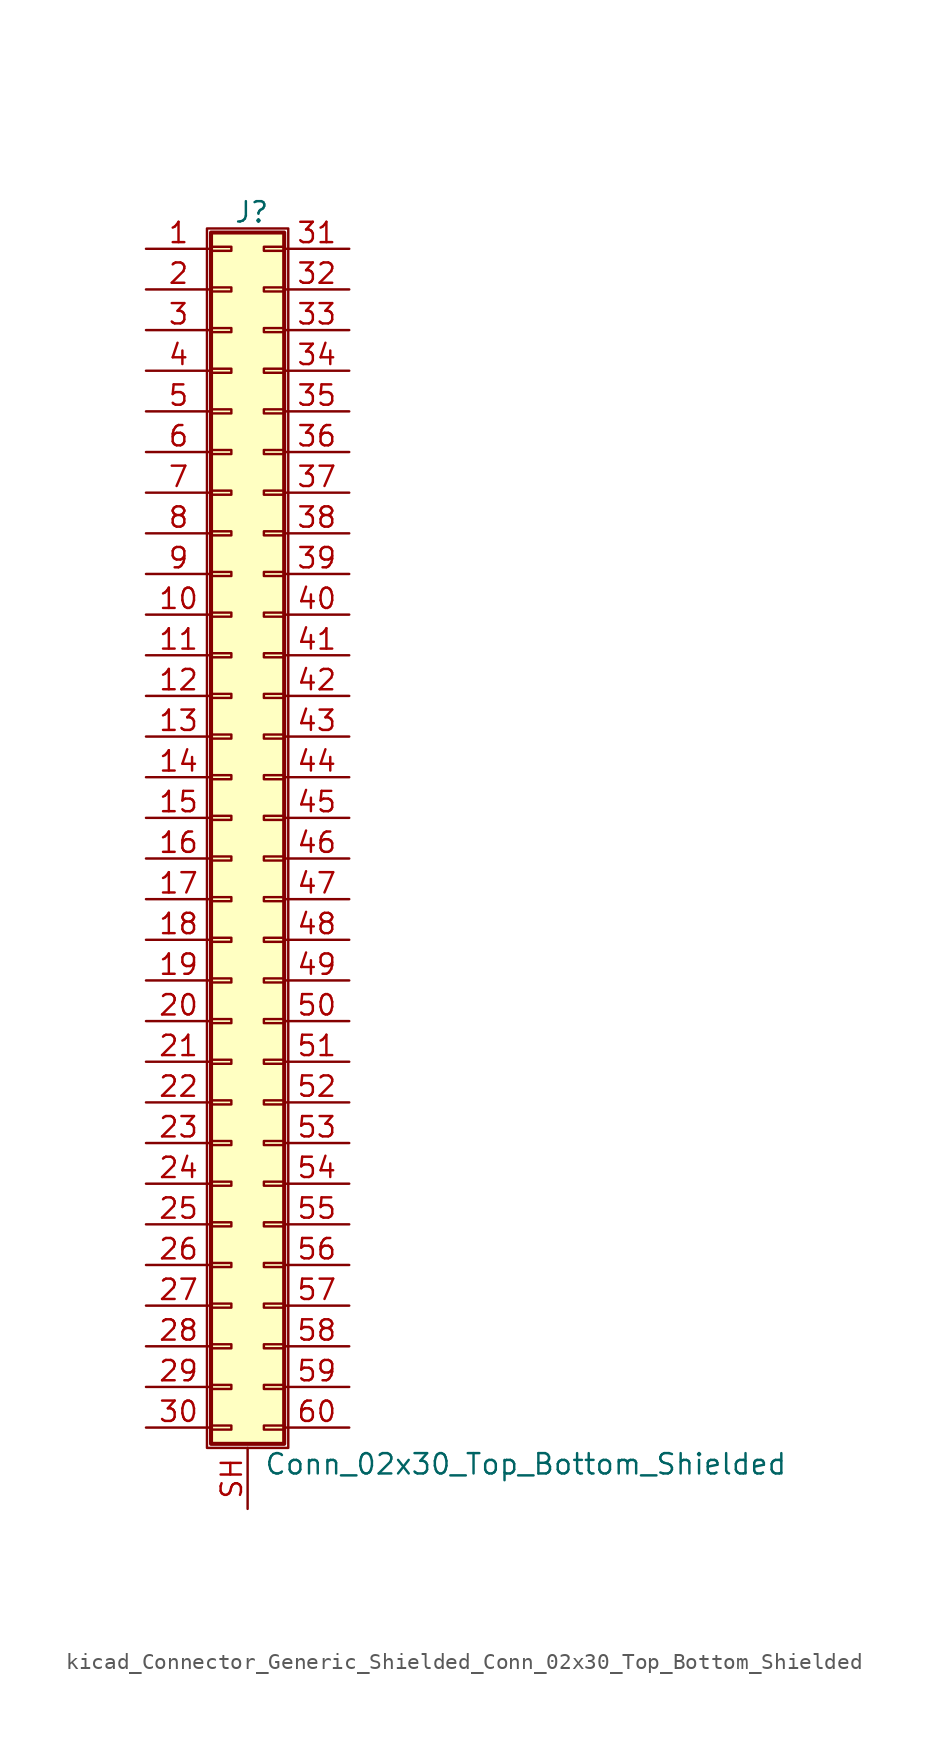
<source format=kicad_sym>
(kicad_symbol_lib
  (version 20220914)
  (generator kicad_symbol_editor)
  (symbol "kicad_Connector_Generic_Shielded_Conn_02x30_Top_Bottom_Shielded"
    (pin_names
      (offset 1.016) hide)
    (property "Reference" "J"
      (at 1.524 37.846 0)
      (effects (font (size 1.27 1.27))))
    (property "Value" "Conn_02x30_Top_Bottom_Shielded"
      (at 2.286 -40.386 0)
      (effects (font (size 1.27 1.27)) (justify left)))
    (symbol "kicad_Connector_Generic_Shielded_Conn_02x30_Top_Bottom_Shielded_1_1"
      (rectangle (start -1.27 36.83) (end 3.81 -39.37) (stroke (width 0.152) (type default)) (fill (type none)))
      (rectangle (start -1.016 -37.973) (end 0.254 -38.227) (stroke (width 0.152) (type default)) (fill (type none)))
      (rectangle (start -1.016 -35.433) (end 0.254 -35.687) (stroke (width 0.152) (type default)) (fill (type none)))
      (rectangle (start -1.016 -32.893) (end 0.254 -33.147) (stroke (width 0.152) (type default)) (fill (type none)))
      (rectangle (start -1.016 -30.353) (end 0.254 -30.607) (stroke (width 0.152) (type default)) (fill (type none)))
      (rectangle (start -1.016 -27.813) (end 0.254 -28.067) (stroke (width 0.152) (type default)) (fill (type none)))
      (rectangle (start -1.016 -25.273) (end 0.254 -25.527) (stroke (width 0.152) (type default)) (fill (type none)))
      (rectangle (start -1.016 -22.733) (end 0.254 -22.987) (stroke (width 0.152) (type default)) (fill (type none)))
      (rectangle (start -1.016 -20.193) (end 0.254 -20.447) (stroke (width 0.152) (type default)) (fill (type none)))
      (rectangle (start -1.016 -17.653) (end 0.254 -17.907) (stroke (width 0.152) (type default)) (fill (type none)))
      (rectangle (start -1.016 -15.113) (end 0.254 -15.367) (stroke (width 0.152) (type default)) (fill (type none)))
      (rectangle (start -1.016 -12.573) (end 0.254 -12.827) (stroke (width 0.152) (type default)) (fill (type none)))
      (rectangle (start -1.016 -10.033) (end 0.254 -10.287) (stroke (width 0.152) (type default)) (fill (type none)))
      (rectangle (start -1.016 -7.493) (end 0.254 -7.747) (stroke (width 0.152) (type default)) (fill (type none)))
      (rectangle (start -1.016 -4.953) (end 0.254 -5.207) (stroke (width 0.152) (type default)) (fill (type none)))
      (rectangle (start -1.016 -2.413) (end 0.254 -2.667) (stroke (width 0.152) (type default)) (fill (type none)))
      (rectangle (start -1.016 0.127) (end 0.254 -0.127) (stroke (width 0.152) (type default)) (fill (type none)))
      (rectangle (start -1.016 2.667) (end 0.254 2.413) (stroke (width 0.152) (type default)) (fill (type none)))
      (rectangle (start -1.016 5.207) (end 0.254 4.953) (stroke (width 0.152) (type default)) (fill (type none)))
      (rectangle (start -1.016 7.747) (end 0.254 7.493) (stroke (width 0.152) (type default)) (fill (type none)))
      (rectangle (start -1.016 10.287) (end 0.254 10.033) (stroke (width 0.152) (type default)) (fill (type none)))
      (rectangle (start -1.016 12.827) (end 0.254 12.573) (stroke (width 0.152) (type default)) (fill (type none)))
      (rectangle (start -1.016 15.367) (end 0.254 15.113) (stroke (width 0.152) (type default)) (fill (type none)))
      (rectangle (start -1.016 17.907) (end 0.254 17.653) (stroke (width 0.152) (type default)) (fill (type none)))
      (rectangle (start -1.016 20.447) (end 0.254 20.193) (stroke (width 0.152) (type default)) (fill (type none)))
      (rectangle (start -1.016 22.987) (end 0.254 22.733) (stroke (width 0.152) (type default)) (fill (type none)))
      (rectangle (start -1.016 25.527) (end 0.254 25.273) (stroke (width 0.152) (type default)) (fill (type none)))
      (rectangle (start -1.016 28.067) (end 0.254 27.813) (stroke (width 0.152) (type default)) (fill (type none)))
      (rectangle (start -1.016 30.607) (end 0.254 30.353) (stroke (width 0.152) (type default)) (fill (type none)))
      (rectangle (start -1.016 33.147) (end 0.254 32.893) (stroke (width 0.152) (type default)) (fill (type none)))
      (rectangle (start -1.016 35.687) (end 0.254 35.433) (stroke (width 0.152) (type default)) (fill (type none)))
      (rectangle (start -1.016 36.576) (end 3.556 -39.116) (stroke (width 0.254) (type default)) (fill (type background)))
      (rectangle (start 3.556 -37.973) (end 2.286 -38.227) (stroke (width 0.152) (type default)) (fill (type none)))
      (rectangle (start 3.556 -35.433) (end 2.286 -35.687) (stroke (width 0.152) (type default)) (fill (type none)))
      (rectangle (start 3.556 -32.893) (end 2.286 -33.147) (stroke (width 0.152) (type default)) (fill (type none)))
      (rectangle (start 3.556 -30.353) (end 2.286 -30.607) (stroke (width 0.152) (type default)) (fill (type none)))
      (rectangle (start 3.556 -27.813) (end 2.286 -28.067) (stroke (width 0.152) (type default)) (fill (type none)))
      (rectangle (start 3.556 -25.273) (end 2.286 -25.527) (stroke (width 0.152) (type default)) (fill (type none)))
      (rectangle (start 3.556 -22.733) (end 2.286 -22.987) (stroke (width 0.152) (type default)) (fill (type none)))
      (rectangle (start 3.556 -20.193) (end 2.286 -20.447) (stroke (width 0.152) (type default)) (fill (type none)))
      (rectangle (start 3.556 -17.653) (end 2.286 -17.907) (stroke (width 0.152) (type default)) (fill (type none)))
      (rectangle (start 3.556 -15.113) (end 2.286 -15.367) (stroke (width 0.152) (type default)) (fill (type none)))
      (rectangle (start 3.556 -12.573) (end 2.286 -12.827) (stroke (width 0.152) (type default)) (fill (type none)))
      (rectangle (start 3.556 -10.033) (end 2.286 -10.287) (stroke (width 0.152) (type default)) (fill (type none)))
      (rectangle (start 3.556 -7.493) (end 2.286 -7.747) (stroke (width 0.152) (type default)) (fill (type none)))
      (rectangle (start 3.556 -4.953) (end 2.286 -5.207) (stroke (width 0.152) (type default)) (fill (type none)))
      (rectangle (start 3.556 -2.413) (end 2.286 -2.667) (stroke (width 0.152) (type default)) (fill (type none)))
      (rectangle (start 3.556 0.127) (end 2.286 -0.127) (stroke (width 0.152) (type default)) (fill (type none)))
      (rectangle (start 3.556 2.667) (end 2.286 2.413) (stroke (width 0.152) (type default)) (fill (type none)))
      (rectangle (start 3.556 5.207) (end 2.286 4.953) (stroke (width 0.152) (type default)) (fill (type none)))
      (rectangle (start 3.556 7.747) (end 2.286 7.493) (stroke (width 0.152) (type default)) (fill (type none)))
      (rectangle (start 3.556 10.287) (end 2.286 10.033) (stroke (width 0.152) (type default)) (fill (type none)))
      (rectangle (start 3.556 12.827) (end 2.286 12.573) (stroke (width 0.152) (type default)) (fill (type none)))
      (rectangle (start 3.556 15.367) (end 2.286 15.113) (stroke (width 0.152) (type default)) (fill (type none)))
      (rectangle (start 3.556 17.907) (end 2.286 17.653) (stroke (width 0.152) (type default)) (fill (type none)))
      (rectangle (start 3.556 20.447) (end 2.286 20.193) (stroke (width 0.152) (type default)) (fill (type none)))
      (rectangle (start 3.556 22.987) (end 2.286 22.733) (stroke (width 0.152) (type default)) (fill (type none)))
      (rectangle (start 3.556 25.527) (end 2.286 25.273) (stroke (width 0.152) (type default)) (fill (type none)))
      (rectangle (start 3.556 28.067) (end 2.286 27.813) (stroke (width 0.152) (type default)) (fill (type none)))
      (rectangle (start 3.556 30.607) (end 2.286 30.353) (stroke (width 0.152) (type default)) (fill (type none)))
      (rectangle (start 3.556 33.147) (end 2.286 32.893) (stroke (width 0.152) (type default)) (fill (type none)))
      (rectangle (start 3.556 35.687) (end 2.286 35.433) (stroke (width 0.152) (type default)) (fill (type none)))
      (pin passive line (at -5.08 35.56 0) (length 4.064) (name "Pin_1" (effects (font (size 1.27 1.27)))) (number "1" (effects (font (size 1.27 1.27)))))
      (pin passive line (at -5.08 12.7 0) (length 4.064) (name "Pin_10" (effects (font (size 1.27 1.27)))) (number "10" (effects (font (size 1.27 1.27)))))
      (pin passive line (at -5.08 10.16 0) (length 4.064) (name "Pin_11" (effects (font (size 1.27 1.27)))) (number "11" (effects (font (size 1.27 1.27)))))
      (pin passive line (at -5.08 7.62 0) (length 4.064) (name "Pin_12" (effects (font (size 1.27 1.27)))) (number "12" (effects (font (size 1.27 1.27)))))
      (pin passive line (at -5.08 5.08 0) (length 4.064) (name "Pin_13" (effects (font (size 1.27 1.27)))) (number "13" (effects (font (size 1.27 1.27)))))
      (pin passive line (at -5.08 2.54 0) (length 4.064) (name "Pin_14" (effects (font (size 1.27 1.27)))) (number "14" (effects (font (size 1.27 1.27)))))
      (pin passive line (at -5.08 0 0) (length 4.064) (name "Pin_15" (effects (font (size 1.27 1.27)))) (number "15" (effects (font (size 1.27 1.27)))))
      (pin passive line (at -5.08 -2.54 0) (length 4.064) (name "Pin_16" (effects (font (size 1.27 1.27)))) (number "16" (effects (font (size 1.27 1.27)))))
      (pin passive line (at -5.08 -5.08 0) (length 4.064) (name "Pin_17" (effects (font (size 1.27 1.27)))) (number "17" (effects (font (size 1.27 1.27)))))
      (pin passive line (at -5.08 -7.62 0) (length 4.064) (name "Pin_18" (effects (font (size 1.27 1.27)))) (number "18" (effects (font (size 1.27 1.27)))))
      (pin passive line (at -5.08 -10.16 0) (length 4.064) (name "Pin_19" (effects (font (size 1.27 1.27)))) (number "19" (effects (font (size 1.27 1.27)))))
      (pin passive line (at -5.08 33.02 0) (length 4.064) (name "Pin_2" (effects (font (size 1.27 1.27)))) (number "2" (effects (font (size 1.27 1.27)))))
      (pin passive line (at -5.08 -12.7 0) (length 4.064) (name "Pin_20" (effects (font (size 1.27 1.27)))) (number "20" (effects (font (size 1.27 1.27)))))
      (pin passive line (at -5.08 -15.24 0) (length 4.064) (name "Pin_21" (effects (font (size 1.27 1.27)))) (number "21" (effects (font (size 1.27 1.27)))))
      (pin passive line (at -5.08 -17.78 0) (length 4.064) (name "Pin_22" (effects (font (size 1.27 1.27)))) (number "22" (effects (font (size 1.27 1.27)))))
      (pin passive line (at -5.08 -20.32 0) (length 4.064) (name "Pin_23" (effects (font (size 1.27 1.27)))) (number "23" (effects (font (size 1.27 1.27)))))
      (pin passive line (at -5.08 -22.86 0) (length 4.064) (name "Pin_24" (effects (font (size 1.27 1.27)))) (number "24" (effects (font (size 1.27 1.27)))))
      (pin passive line (at -5.08 -25.4 0) (length 4.064) (name "Pin_25" (effects (font (size 1.27 1.27)))) (number "25" (effects (font (size 1.27 1.27)))))
      (pin passive line (at -5.08 -27.94 0) (length 4.064) (name "Pin_26" (effects (font (size 1.27 1.27)))) (number "26" (effects (font (size 1.27 1.27)))))
      (pin passive line (at -5.08 -30.48 0) (length 4.064) (name "Pin_27" (effects (font (size 1.27 1.27)))) (number "27" (effects (font (size 1.27 1.27)))))
      (pin passive line (at -5.08 -33.02 0) (length 4.064) (name "Pin_28" (effects (font (size 1.27 1.27)))) (number "28" (effects (font (size 1.27 1.27)))))
      (pin passive line (at -5.08 -35.56 0) (length 4.064) (name "Pin_29" (effects (font (size 1.27 1.27)))) (number "29" (effects (font (size 1.27 1.27)))))
      (pin passive line (at -5.08 30.48 0) (length 4.064) (name "Pin_3" (effects (font (size 1.27 1.27)))) (number "3" (effects (font (size 1.27 1.27)))))
      (pin passive line (at -5.08 -38.1 0) (length 4.064) (name "Pin_30" (effects (font (size 1.27 1.27)))) (number "30" (effects (font (size 1.27 1.27)))))
      (pin passive line (at 7.62 35.56 180) (length 4.064) (name "Pin_31" (effects (font (size 1.27 1.27)))) (number "31" (effects (font (size 1.27 1.27)))))
      (pin passive line (at 7.62 33.02 180) (length 4.064) (name "Pin_32" (effects (font (size 1.27 1.27)))) (number "32" (effects (font (size 1.27 1.27)))))
      (pin passive line (at 7.62 30.48 180) (length 4.064) (name "Pin_33" (effects (font (size 1.27 1.27)))) (number "33" (effects (font (size 1.27 1.27)))))
      (pin passive line (at 7.62 27.94 180) (length 4.064) (name "Pin_34" (effects (font (size 1.27 1.27)))) (number "34" (effects (font (size 1.27 1.27)))))
      (pin passive line (at 7.62 25.4 180) (length 4.064) (name "Pin_35" (effects (font (size 1.27 1.27)))) (number "35" (effects (font (size 1.27 1.27)))))
      (pin passive line (at 7.62 22.86 180) (length 4.064) (name "Pin_36" (effects (font (size 1.27 1.27)))) (number "36" (effects (font (size 1.27 1.27)))))
      (pin passive line (at 7.62 20.32 180) (length 4.064) (name "Pin_37" (effects (font (size 1.27 1.27)))) (number "37" (effects (font (size 1.27 1.27)))))
      (pin passive line (at 7.62 17.78 180) (length 4.064) (name "Pin_38" (effects (font (size 1.27 1.27)))) (number "38" (effects (font (size 1.27 1.27)))))
      (pin passive line (at 7.62 15.24 180) (length 4.064) (name "Pin_39" (effects (font (size 1.27 1.27)))) (number "39" (effects (font (size 1.27 1.27)))))
      (pin passive line (at -5.08 27.94 0) (length 4.064) (name "Pin_4" (effects (font (size 1.27 1.27)))) (number "4" (effects (font (size 1.27 1.27)))))
      (pin passive line (at 7.62 12.7 180) (length 4.064) (name "Pin_40" (effects (font (size 1.27 1.27)))) (number "40" (effects (font (size 1.27 1.27)))))
      (pin passive line (at 7.62 10.16 180) (length 4.064) (name "Pin_41" (effects (font (size 1.27 1.27)))) (number "41" (effects (font (size 1.27 1.27)))))
      (pin passive line (at 7.62 7.62 180) (length 4.064) (name "Pin_42" (effects (font (size 1.27 1.27)))) (number "42" (effects (font (size 1.27 1.27)))))
      (pin passive line (at 7.62 5.08 180) (length 4.064) (name "Pin_43" (effects (font (size 1.27 1.27)))) (number "43" (effects (font (size 1.27 1.27)))))
      (pin passive line (at 7.62 2.54 180) (length 4.064) (name "Pin_44" (effects (font (size 1.27 1.27)))) (number "44" (effects (font (size 1.27 1.27)))))
      (pin passive line (at 7.62 0 180) (length 4.064) (name "Pin_45" (effects (font (size 1.27 1.27)))) (number "45" (effects (font (size 1.27 1.27)))))
      (pin passive line (at 7.62 -2.54 180) (length 4.064) (name "Pin_46" (effects (font (size 1.27 1.27)))) (number "46" (effects (font (size 1.27 1.27)))))
      (pin passive line (at 7.62 -5.08 180) (length 4.064) (name "Pin_47" (effects (font (size 1.27 1.27)))) (number "47" (effects (font (size 1.27 1.27)))))
      (pin passive line (at 7.62 -7.62 180) (length 4.064) (name "Pin_48" (effects (font (size 1.27 1.27)))) (number "48" (effects (font (size 1.27 1.27)))))
      (pin passive line (at 7.62 -10.16 180) (length 4.064) (name "Pin_49" (effects (font (size 1.27 1.27)))) (number "49" (effects (font (size 1.27 1.27)))))
      (pin passive line (at -5.08 25.4 0) (length 4.064) (name "Pin_5" (effects (font (size 1.27 1.27)))) (number "5" (effects (font (size 1.27 1.27)))))
      (pin passive line (at 7.62 -12.7 180) (length 4.064) (name "Pin_50" (effects (font (size 1.27 1.27)))) (number "50" (effects (font (size 1.27 1.27)))))
      (pin passive line (at 7.62 -15.24 180) (length 4.064) (name "Pin_51" (effects (font (size 1.27 1.27)))) (number "51" (effects (font (size 1.27 1.27)))))
      (pin passive line (at 7.62 -17.78 180) (length 4.064) (name "Pin_52" (effects (font (size 1.27 1.27)))) (number "52" (effects (font (size 1.27 1.27)))))
      (pin passive line (at 7.62 -20.32 180) (length 4.064) (name "Pin_53" (effects (font (size 1.27 1.27)))) (number "53" (effects (font (size 1.27 1.27)))))
      (pin passive line (at 7.62 -22.86 180) (length 4.064) (name "Pin_54" (effects (font (size 1.27 1.27)))) (number "54" (effects (font (size 1.27 1.27)))))
      (pin passive line (at 7.62 -25.4 180) (length 4.064) (name "Pin_55" (effects (font (size 1.27 1.27)))) (number "55" (effects (font (size 1.27 1.27)))))
      (pin passive line (at 7.62 -27.94 180) (length 4.064) (name "Pin_56" (effects (font (size 1.27 1.27)))) (number "56" (effects (font (size 1.27 1.27)))))
      (pin passive line (at 7.62 -30.48 180) (length 4.064) (name "Pin_57" (effects (font (size 1.27 1.27)))) (number "57" (effects (font (size 1.27 1.27)))))
      (pin passive line (at 7.62 -33.02 180) (length 4.064) (name "Pin_58" (effects (font (size 1.27 1.27)))) (number "58" (effects (font (size 1.27 1.27)))))
      (pin passive line (at 7.62 -35.56 180) (length 4.064) (name "Pin_59" (effects (font (size 1.27 1.27)))) (number "59" (effects (font (size 1.27 1.27)))))
      (pin passive line (at -5.08 22.86 0) (length 4.064) (name "Pin_6" (effects (font (size 1.27 1.27)))) (number "6" (effects (font (size 1.27 1.27)))))
      (pin passive line (at 7.62 -38.1 180) (length 4.064) (name "Pin_60" (effects (font (size 1.27 1.27)))) (number "60" (effects (font (size 1.27 1.27)))))
      (pin passive line (at -5.08 20.32 0) (length 4.064) (name "Pin_7" (effects (font (size 1.27 1.27)))) (number "7" (effects (font (size 1.27 1.27)))))
      (pin passive line (at -5.08 17.78 0) (length 4.064) (name "Pin_8" (effects (font (size 1.27 1.27)))) (number "8" (effects (font (size 1.27 1.27)))))
      (pin passive line (at -5.08 15.24 0) (length 4.064) (name "Pin_9" (effects (font (size 1.27 1.27)))) (number "9" (effects (font (size 1.27 1.27)))))
      (pin passive line (at 1.27 -43.18 90) (length 3.81) (name "Shield" (effects (font (size 1.27 1.27)))) (number "SH" (effects (font (size 1.27 1.27))))))))
</source>
